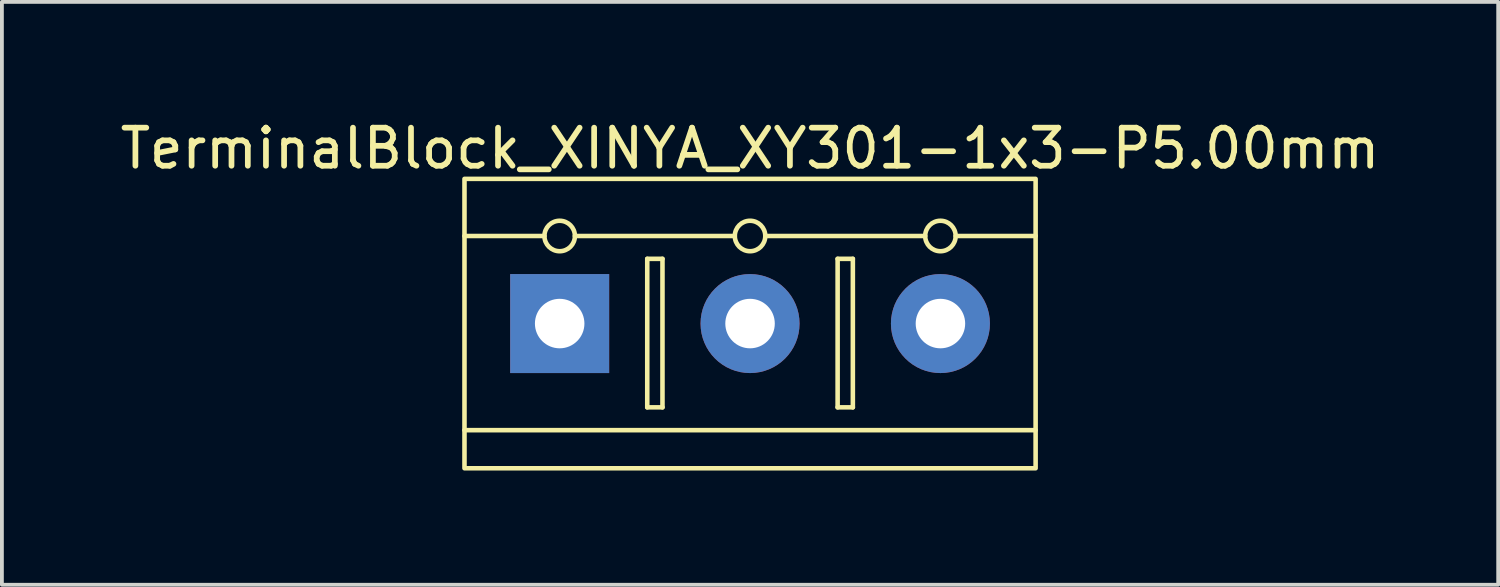
<source format=kicad_pcb>
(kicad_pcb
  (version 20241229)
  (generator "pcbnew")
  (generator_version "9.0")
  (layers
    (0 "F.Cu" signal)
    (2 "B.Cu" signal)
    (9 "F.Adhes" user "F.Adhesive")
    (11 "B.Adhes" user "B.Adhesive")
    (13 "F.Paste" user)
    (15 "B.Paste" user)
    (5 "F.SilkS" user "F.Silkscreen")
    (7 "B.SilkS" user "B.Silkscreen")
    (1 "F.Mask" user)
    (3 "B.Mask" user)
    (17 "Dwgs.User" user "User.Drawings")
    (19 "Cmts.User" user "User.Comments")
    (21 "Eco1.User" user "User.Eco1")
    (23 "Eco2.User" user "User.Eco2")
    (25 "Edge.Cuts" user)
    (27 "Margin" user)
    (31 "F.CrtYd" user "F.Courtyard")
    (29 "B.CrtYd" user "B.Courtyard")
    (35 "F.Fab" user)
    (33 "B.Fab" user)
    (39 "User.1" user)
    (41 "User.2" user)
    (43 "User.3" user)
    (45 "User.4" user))
  (footprint "TerminalBlock_XINYA_XY301-1x3-P5.00mm"
    (layer "F.Cu")
    (at 9.149 1.648)
    (property "Reference" "TerminalBlock_XINYA_XY301-1x3-P5.00mm" (at 7.5 -0.8 0) (unlocked yes) (layer "F.SilkS") (effects (font (size 1 1) (thickness 0.15))))
    (attr through_hole)
    (fp_line (start 2.1 1.5) (end 0 1.5) (stroke (width 0.12) (type solid)) (layer "F.SilkS"))
    (fp_line (start 4.8 2.1) (end 4.8 6) (stroke (width 0.12) (type solid)) (layer "F.SilkS"))
    (fp_line (start 4.8 6) (end 5.2 6) (stroke (width 0.12) (type solid)) (layer "F.SilkS"))
    (fp_line (start 5.2 2.1) (end 4.8 2.1) (stroke (width 0.12) (type solid)) (layer "F.SilkS"))
    (fp_line (start 5.2 6) (end 5.2 2.1) (stroke (width 0.12) (type solid)) (layer "F.SilkS"))
    (fp_line (start 7.1 1.5) (end 2.9 1.5) (stroke (width 0.12) (type solid)) (layer "F.SilkS"))
    (fp_line (start 9.8 2.1) (end 9.8 6) (stroke (width 0.12) (type solid)) (layer "F.SilkS"))
    (fp_line (start 9.8 6) (end 10.2 6) (stroke (width 0.12) (type solid)) (layer "F.SilkS"))
    (fp_line (start 10.2 2.1) (end 9.8 2.1) (stroke (width 0.12) (type solid)) (layer "F.SilkS"))
    (fp_line (start 10.2 6) (end 10.2 2.1) (stroke (width 0.12) (type solid)) (layer "F.SilkS"))
    (fp_line (start 12.1 1.5) (end 7.9 1.5) (stroke (width 0.12) (type solid)) (layer "F.SilkS"))
    (fp_line (start 15 1.5) (end 12.9 1.5) (stroke (width 0.12) (type solid)) (layer "F.SilkS"))
    (fp_line (start 15 6.6) (end 0 6.6) (stroke (width 0.12) (type solid)) (layer "F.SilkS"))
    (fp_rect (start 0 0) (end 15 7.6) (stroke (width 0.12) (type solid)) (fill no) (layer "F.SilkS"))
    (fp_circle (center 2.5 1.5) (end 2.9 1.5) (stroke (width 0.12) (type solid)) (fill no) (layer "F.SilkS"))
    (fp_circle (center 7.5 1.5) (end 7.9 1.5) (stroke (width 0.12) (type solid)) (fill no) (layer "F.SilkS"))
    (fp_circle (center 12.5 1.5) (end 12.9 1.5) (stroke (width 0.12) (type solid)) (fill no) (layer "F.SilkS"))
    (pad "1" thru_hole rect (at 2.5 3.8) (size 2.6 2.6) (drill 1.3) (layers "*.Cu" "*.Mask"))
    (pad "2" thru_hole circle (at 7.5 3.8) (size 2.6 2.6) (drill 1.3) (layers "*.Cu" "*.Mask"))
    (pad "3" thru_hole circle (at 12.5 3.8) (size 2.6 2.6) (drill 1.3) (layers "*.Cu" "*.Mask")))
  (gr_rect
    (start -3 -3)
    (end 36.298 12.308)
    (stroke (width 0.1) (type default))
    (fill no)
    (layer "Edge.Cuts")))
</source>
